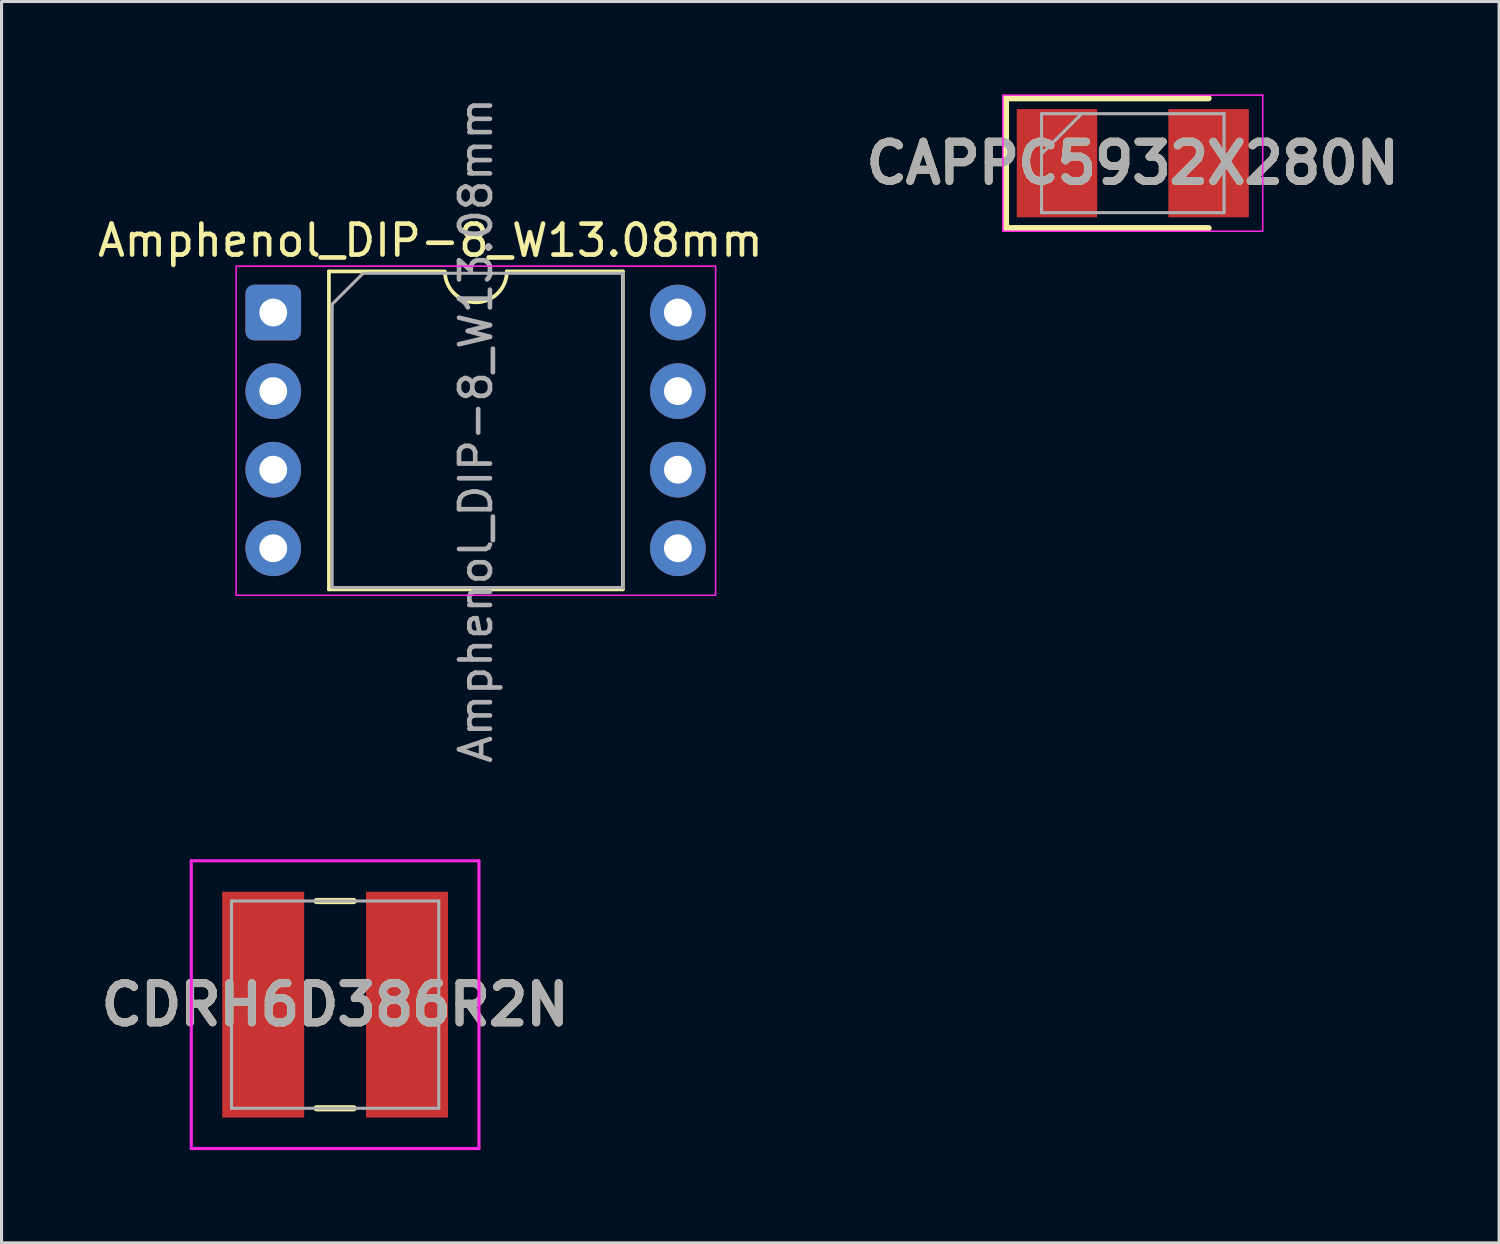
<source format=kicad_pcb>
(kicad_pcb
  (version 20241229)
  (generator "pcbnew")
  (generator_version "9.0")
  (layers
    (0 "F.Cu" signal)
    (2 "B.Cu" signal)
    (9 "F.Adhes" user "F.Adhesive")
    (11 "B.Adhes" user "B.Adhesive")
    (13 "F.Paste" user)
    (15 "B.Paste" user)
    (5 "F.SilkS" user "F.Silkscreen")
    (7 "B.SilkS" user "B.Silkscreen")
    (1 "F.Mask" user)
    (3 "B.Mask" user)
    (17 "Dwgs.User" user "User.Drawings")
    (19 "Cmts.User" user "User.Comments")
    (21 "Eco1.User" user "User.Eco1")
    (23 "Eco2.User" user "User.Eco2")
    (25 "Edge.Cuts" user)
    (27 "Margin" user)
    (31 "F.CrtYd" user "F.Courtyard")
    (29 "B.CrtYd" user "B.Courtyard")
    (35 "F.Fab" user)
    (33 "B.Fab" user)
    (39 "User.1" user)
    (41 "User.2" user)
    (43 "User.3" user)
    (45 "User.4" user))
  (footprint "CDRH6D386R2N"
    (layer "F.Cu")
    (at 7.783 29.426)
    (property "Reference" "CDRH6D386R2N" (at 0 0 0) (layer "F.SilkS") (effects (font (size 1.27 1.27) (thickness 0.254))))
    (attr smd)
    (fp_line (start -4.2 0) (end -4.2 0) (stroke (width 0.1) (type solid)) (layer "F.SilkS"))
    (fp_line (start -4.1 0) (end -4.1 0) (stroke (width 0.1) (type solid)) (layer "F.SilkS"))
    (fp_line (start -0.6 -3.35) (end 0.6 -3.35) (stroke (width 0.2) (type solid)) (layer "F.SilkS"))
    (fp_line (start -0.6 3.35) (end 0.6 3.35) (stroke (width 0.2) (type solid)) (layer "F.SilkS"))
    (fp_arc (start -4.2 0) (mid -4.15 -0.05) (end -4.1 0) (stroke (width 0.1) (type solid)) (layer "F.SilkS"))
    (fp_arc (start -4.1 0) (mid -4.15 0.05) (end -4.2 0) (stroke (width 0.1) (type solid)) (layer "F.SilkS"))
    (fp_line (start -4.65 -4.65) (end 4.65 -4.65) (stroke (width 0.1) (type solid)) (layer "F.CrtYd"))
    (fp_line (start -4.65 4.65) (end -4.65 -4.65) (stroke (width 0.1) (type solid)) (layer "F.CrtYd"))
    (fp_line (start 4.65 -4.65) (end 4.65 4.65) (stroke (width 0.1) (type solid)) (layer "F.CrtYd"))
    (fp_line (start 4.65 4.65) (end -4.65 4.65) (stroke (width 0.1) (type solid)) (layer "F.CrtYd"))
    (fp_line (start -3.35 -3.35) (end -3.35 3.35) (stroke (width 0.1) (type solid)) (layer "F.Fab"))
    (fp_line (start -3.35 3.35) (end 3.35 3.35) (stroke (width 0.1) (type solid)) (layer "F.Fab"))
    (fp_line (start 3.35 -3.35) (end -3.35 -3.35) (stroke (width 0.1) (type solid)) (layer "F.Fab"))
    (fp_line (start 3.35 3.35) (end 3.35 -3.35) (stroke (width 0.1) (type solid)) (layer "F.Fab"))
    (fp_text user "${REFERENCE}" (at 0 0 0) (layer "F.Fab") (effects (font (size 1.27 1.27) (thickness 0.254))))
    (pad "1" smd rect (at -2.325 0) (size 2.65 7.3) (layers "F.Cu" "F.Mask" "F.Paste"))
    (pad "2" smd rect (at 2.325 0) (size 2.65 7.3) (layers "F.Cu" "F.Mask" "F.Paste")))
  (footprint "CAPPC5932X280N"
    (layer "F.Cu")
    (at 33.568 2.225)
    (property "Reference" "CAPPC5932X280N" (at 0 0 0) (layer "F.SilkS") (effects (font (size 1.27 1.27) (thickness 0.254))))
    (attr smd)
    (fp_line (start -4.1 -2.1) (end -4.1 2.1) (stroke (width 0.2) (type solid)) (layer "F.SilkS"))
    (fp_line (start -4.1 2.1) (end 2.45 2.1) (stroke (width 0.2) (type solid)) (layer "F.SilkS"))
    (fp_line (start 2.45 -2.1) (end -4.1 -2.1) (stroke (width 0.2) (type solid)) (layer "F.SilkS"))
    (fp_line (start -4.2 -2.2) (end 4.2 -2.2) (stroke (width 0.05) (type solid)) (layer "F.CrtYd"))
    (fp_line (start -4.2 2.2) (end -4.2 -2.2) (stroke (width 0.05) (type solid)) (layer "F.CrtYd"))
    (fp_line (start 4.2 -2.2) (end 4.2 2.2) (stroke (width 0.05) (type solid)) (layer "F.CrtYd"))
    (fp_line (start 4.2 2.2) (end -4.2 2.2) (stroke (width 0.05) (type solid)) (layer "F.CrtYd"))
    (fp_line (start -2.95 -1.6) (end 2.95 -1.6) (stroke (width 0.1) (type solid)) (layer "F.Fab"))
    (fp_line (start -2.95 -0.3) (end -1.65 -1.6) (stroke (width 0.1) (type solid)) (layer "F.Fab"))
    (fp_line (start -2.95 1.6) (end -2.95 -1.6) (stroke (width 0.1) (type solid)) (layer "F.Fab"))
    (fp_line (start 2.95 -1.6) (end 2.95 1.6) (stroke (width 0.1) (type solid)) (layer "F.Fab"))
    (fp_line (start 2.95 1.6) (end -2.95 1.6) (stroke (width 0.1) (type solid)) (layer "F.Fab"))
    (fp_text user "${REFERENCE}" (at 0 0 0) (layer "F.Fab") (effects (font (size 1.27 1.27) (thickness 0.254))))
    (pad "1" smd rect (at -2.45 0) (size 2.6 3.5) (layers "F.Cu" "F.Mask" "F.Paste"))
    (pad "2" smd rect (at 2.45 0) (size 2.6 3.5) (layers "F.Cu" "F.Mask" "F.Paste")))
  (footprint "Amphenol_DIP-8_W13.08mm"
    (layer "F.Cu")
    (at 5.783 7.053)
    (property "Reference" "Amphenol_DIP-8_W13.08mm" (at 5.08 -2.33 0) (layer "F.SilkS") (effects (font (size 1 1) (thickness 0.15))))
    (attr through_hole)
    (fp_line (start 1.8 -1.33) (end 1.8 8.95) (stroke (width 0.12) (type solid)) (layer "F.SilkS"))
    (fp_line (start 1.8 8.95) (end 11.3 8.95) (stroke (width 0.12) (type solid)) (layer "F.SilkS"))
    (fp_line (start 5.5 -1.33) (end 1.8 -1.33) (stroke (width 0.12) (type solid)) (layer "F.SilkS"))
    (fp_line (start 11.3 -1.33) (end 7.55 -1.33) (stroke (width 0.12) (type solid)) (layer "F.SilkS"))
    (fp_line (start 11.3 8.95) (end 11.3 -1.33) (stroke (width 0.12) (type solid)) (layer "F.SilkS"))
    (fp_arc (start 7.55 -1.33) (mid 6.55 -0.33) (end 5.55 -1.33) (stroke (width 0.12) (type solid)) (layer "F.SilkS"))
    (fp_rect (start -1.2 -1.5) (end 14.3 9.14) (stroke (width 0.05) (type solid)) (fill no) (layer "F.CrtYd"))
    (fp_line (start 1.905 -0.27) (end 2.905 -1.27) (stroke (width 0.1) (type solid)) (layer "F.Fab"))
    (fp_line (start 1.905 8.89) (end 1.905 -0.27) (stroke (width 0.1) (type solid)) (layer "F.Fab"))
    (fp_line (start 2.905 -1.27) (end 11.3 -1.27) (stroke (width 0.1) (type solid)) (layer "F.Fab"))
    (fp_line (start 11.3 -1.27) (end 11.3 8.9) (stroke (width 0.1) (type solid)) (layer "F.Fab"))
    (fp_line (start 11.3 8.89) (end 1.905 8.89) (stroke (width 0.1) (type solid)) (layer "F.Fab"))
    (fp_text user "${REFERENCE}" (at 6.55 3.81 90) (layer "F.Fab") (effects (font (size 1 1) (thickness 0.15))))
    (pad "1" thru_hole roundrect (at 0 0) (size 1.8 1.8) (drill 0.9) (layers "*.Cu" "*.Mask") (roundrect_rratio 0.156))
    (pad "2" thru_hole circle (at 0 2.54) (size 1.8 1.8) (drill 0.9) (layers "*.Cu" "*.Mask"))
    (pad "3" thru_hole circle (at 0 5.08) (size 1.8 1.8) (drill 0.9) (layers "*.Cu" "*.Mask"))
    (pad "4" thru_hole circle (at 0 7.62) (size 1.8 1.8) (drill 0.9) (layers "*.Cu" "*.Mask"))
    (pad "5" thru_hole circle (at 13.08 7.62) (size 1.8 1.8) (drill 0.9) (layers "*.Cu" "*.Mask"))
    (pad "6" thru_hole circle (at 13.08 5.08) (size 1.8 1.8) (drill 0.9) (layers "*.Cu" "*.Mask"))
    (pad "7" thru_hole circle (at 13.08 2.54) (size 1.8 1.8) (drill 0.9) (layers "*.Cu" "*.Mask"))
    (pad "8" thru_hole circle (at 13.08 0) (size 1.8 1.8) (drill 0.9) (layers "*.Cu" "*.Mask")))
  (gr_rect
    (start -3 -3)
    (end 45.409 37.126)
    (stroke (width 0.1) (type default))
    (fill no)
    (layer "Edge.Cuts")))
</source>
